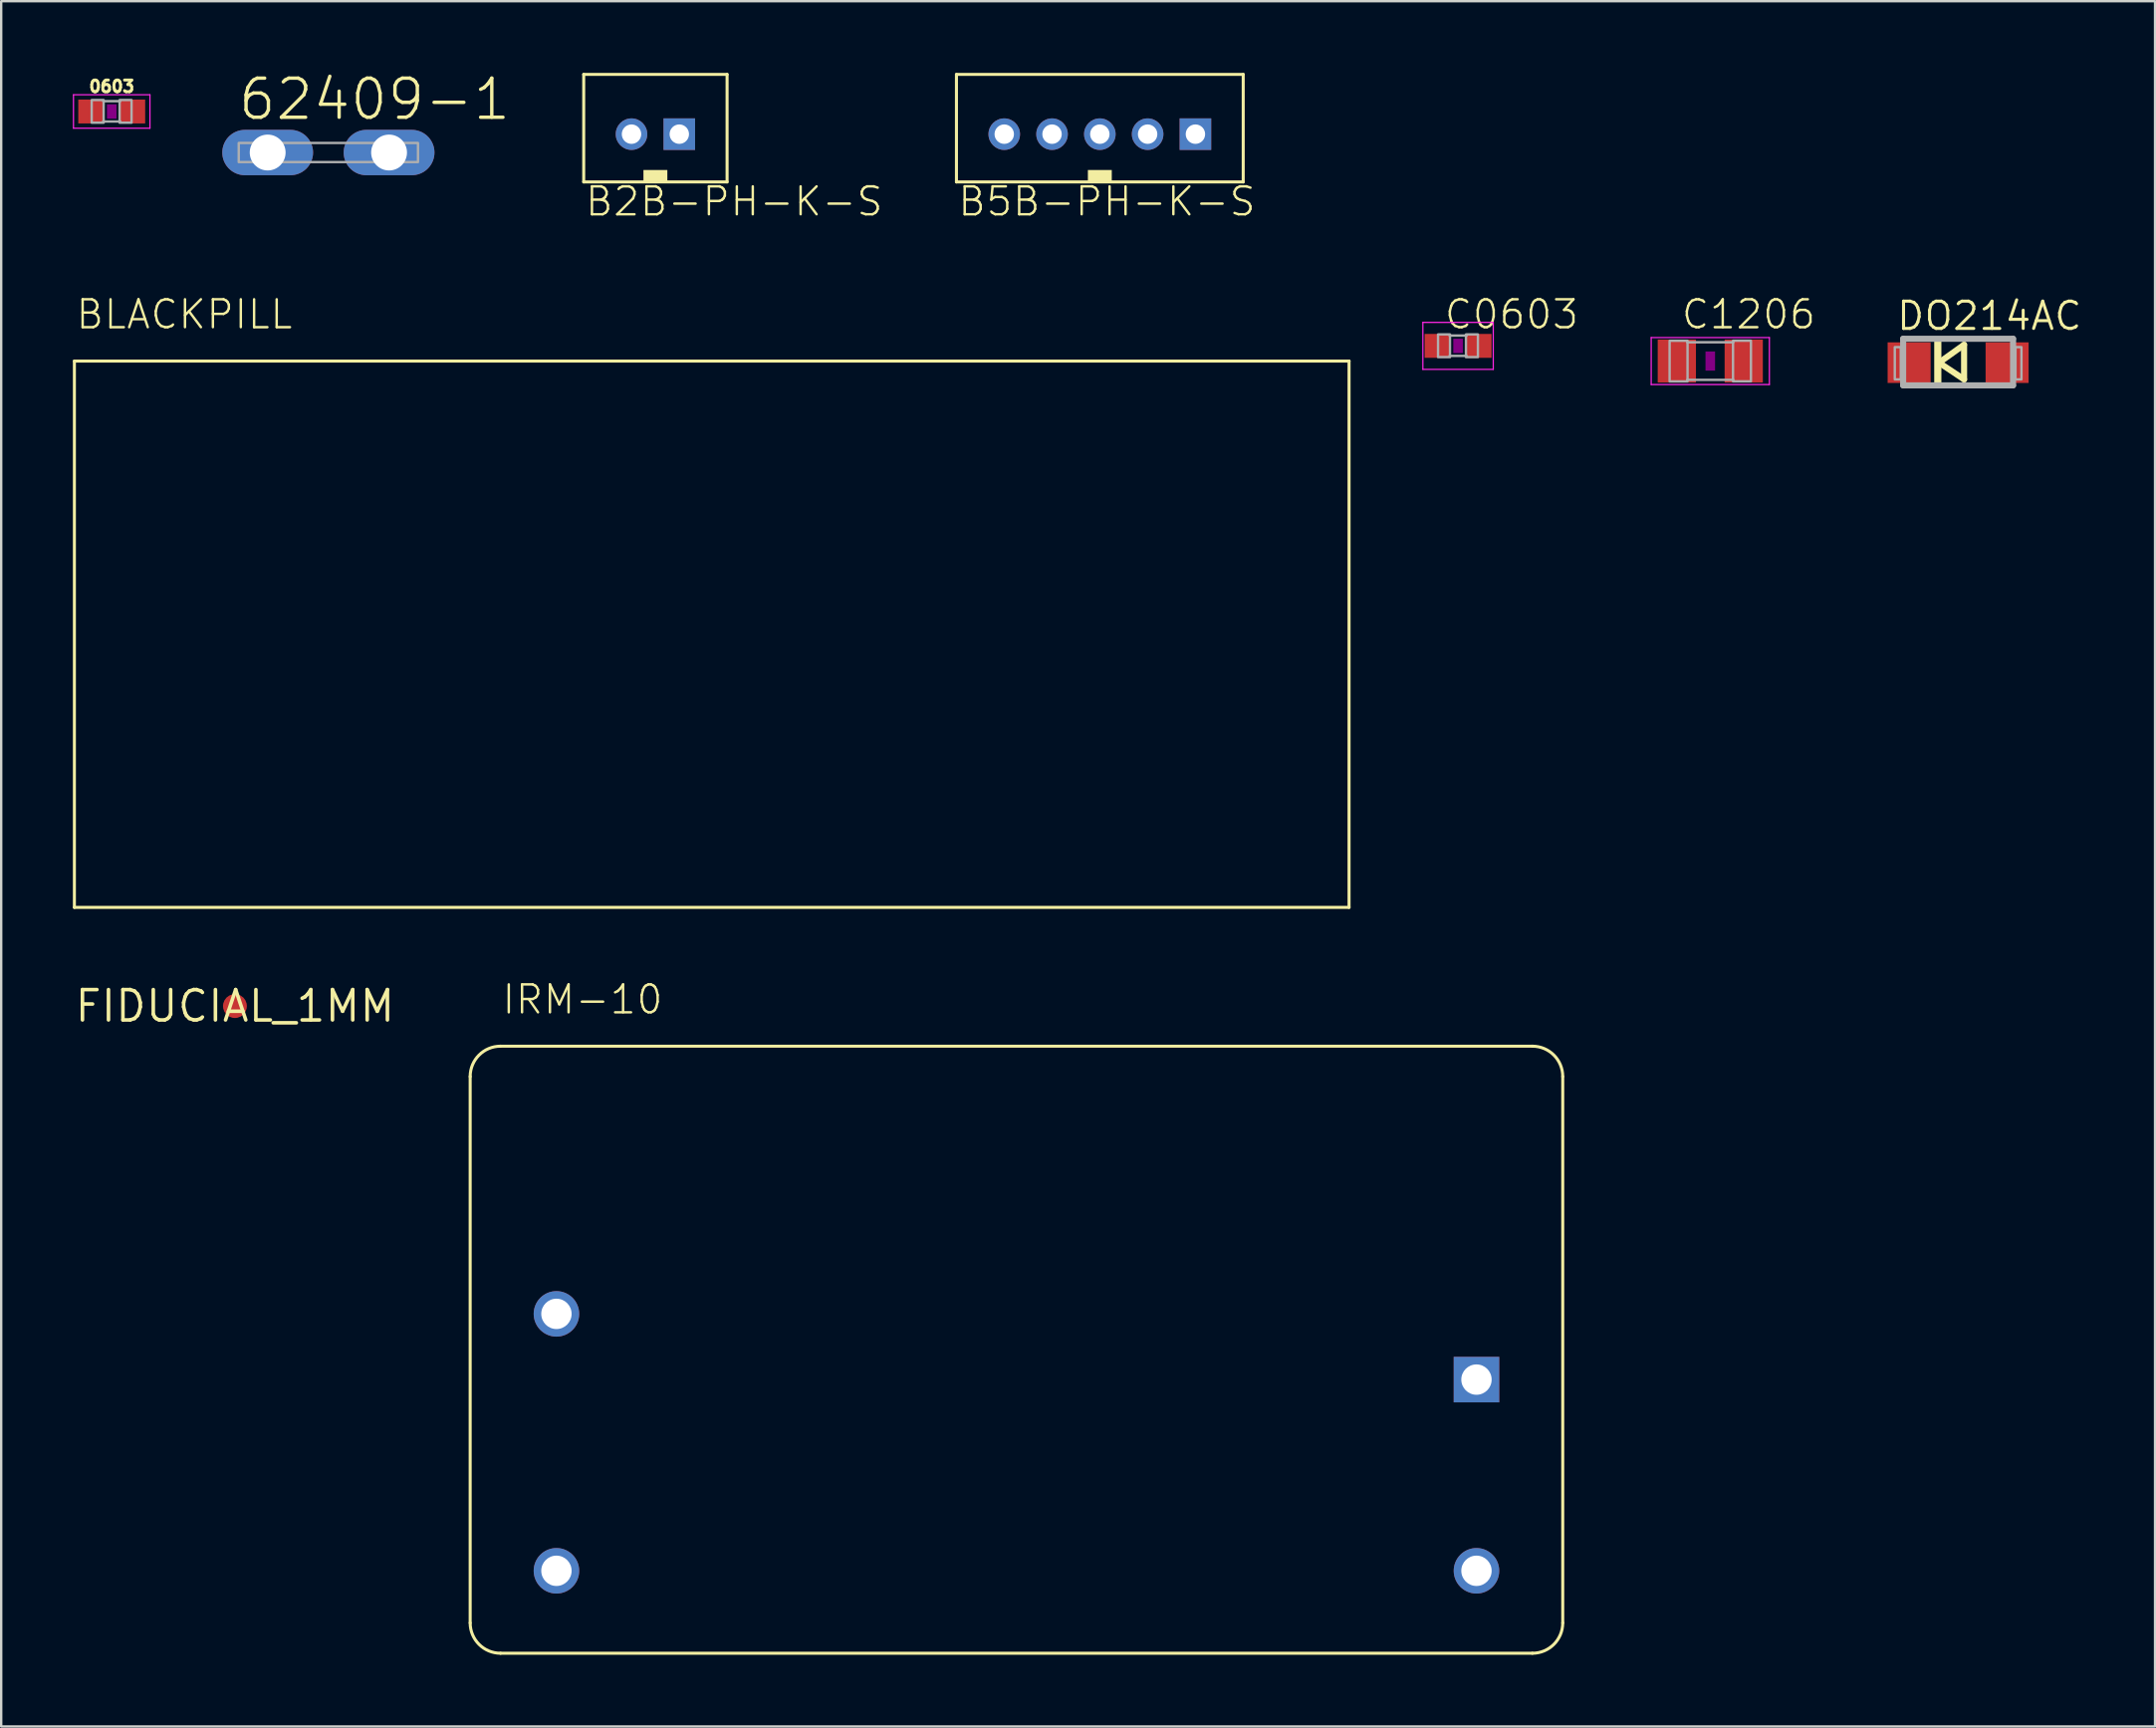
<source format=kicad_pcb>
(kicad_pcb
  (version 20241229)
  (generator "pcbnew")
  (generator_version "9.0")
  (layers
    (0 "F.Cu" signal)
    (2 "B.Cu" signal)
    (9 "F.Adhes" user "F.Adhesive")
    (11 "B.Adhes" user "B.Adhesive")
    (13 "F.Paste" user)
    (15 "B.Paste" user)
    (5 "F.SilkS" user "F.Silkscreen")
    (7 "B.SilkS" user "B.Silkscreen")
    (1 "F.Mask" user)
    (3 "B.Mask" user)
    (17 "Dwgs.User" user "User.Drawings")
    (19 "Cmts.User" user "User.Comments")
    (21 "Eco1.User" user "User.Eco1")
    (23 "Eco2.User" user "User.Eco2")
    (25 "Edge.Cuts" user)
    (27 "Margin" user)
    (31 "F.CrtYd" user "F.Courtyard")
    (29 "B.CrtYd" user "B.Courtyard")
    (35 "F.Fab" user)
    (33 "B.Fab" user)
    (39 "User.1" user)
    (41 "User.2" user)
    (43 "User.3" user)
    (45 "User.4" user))
  (footprint "BLACKPILL"
    (layer "F.Cu")
    (at 25.463 23.487)
    (property "Reference" "BLACKPILL" (at -25.4 -12.7 0) (layer "F.SilkS") (effects (font (size 1.168 1.168) (thickness 0.102)) (justify left bottom)))
    (attr through_hole)
    (fp_line (start -25.4 -11.43) (end -25.4 11.43) (stroke (width 0.127) (type solid)) (layer "F.SilkS"))
    (fp_line (start -25.4 11.43) (end 27.94 11.43) (stroke (width 0.127) (type solid)) (layer "F.SilkS"))
    (fp_line (start 27.94 -11.43) (end -25.4 -11.43) (stroke (width 0.127) (type solid)) (layer "F.SilkS"))
    (fp_line (start 27.94 11.43) (end 27.94 -11.43) (stroke (width 0.127) (type solid)) (layer "F.SilkS")))
  (footprint "DO214AC"
    (layer "F.Cu")
    (at 78.89 12.124)
    (property "Reference" "DO214AC" (at -2.64 -1.286 0) (layer "F.SilkS") (effects (font (size 1.143 1.143) (thickness 0.127)) (justify left bottom)))
    (attr smd)
    (fp_line (start -0.8 0) (end 0.25 -0.75) (stroke (width 0.254) (type solid)) (layer "F.SilkS"))
    (fp_line (start 0.25 -0.75) (end 0.25 0.7) (stroke (width 0.254) (type solid)) (layer "F.SilkS"))
    (fp_line (start 0.25 0.7) (end -0.8 0) (stroke (width 0.254) (type solid)) (layer "F.SilkS"))
    (fp_poly (pts (xy -1 1.05) (xy -0.7 1.05) (xy -0.7 -1.05) (xy -1 -1.05)) (stroke (width 0) (type default)) (fill yes) (layer "F.SilkS"))
    (fp_line (start -2.3 -1) (end 2.3 -1) (stroke (width 0.254) (type solid)) (layer "F.Fab"))
    (fp_line (start -2.3 0.95) (end -2.3 -1) (stroke (width 0.254) (type solid)) (layer "F.Fab"))
    (fp_line (start 2.3 -1) (end 2.3 0.95) (stroke (width 0.254) (type solid)) (layer "F.Fab"))
    (fp_line (start 2.3 0.95) (end -2.3 0.95) (stroke (width 0.254) (type solid)) (layer "F.Fab"))
    (fp_poly (pts (xy -2.65 0.7) (xy -2.4 0.7) (xy -2.4 -0.65) (xy -2.65 -0.65)) (stroke (width 0.1) (type default)) (fill no) (layer "F.Fab"))
    (fp_poly (pts (xy 2.4 0.7) (xy 2.65 0.7) (xy 2.65 -0.65) (xy 2.4 -0.65)) (stroke (width 0.1) (type default)) (fill no) (layer "F.Fab"))
    (pad "A" smd rect (at 2.05 0) (size 1.8 1.7) (layers "F.Cu" "F.Mask" "F.Paste"))
    (pad "C" smd rect (at -2.05 0) (size 1.8 1.7) (layers "F.Cu" "F.Mask" "F.Paste")))
  (footprint "C1206"
    (layer "F.Cu")
    (at 68.519 12.057)
    (property "Reference" "C1206" (at -1.27 -1.27 0) (layer "F.SilkS") (effects (font (size 1.168 1.168) (thickness 0.102)) (justify left bottom)))
    (attr smd)
    (fp_poly (pts (xy -0.2 0.4) (xy 0.2 0.4) (xy 0.2 -0.4) (xy -0.2 -0.4)) (stroke (width 0) (type default)) (fill yes) (layer "F.Adhes"))
    (fp_line (start -2.473 -0.983) (end 2.473 -0.983) (stroke (width 0.051) (type solid)) (layer "F.CrtYd"))
    (fp_line (start -2.473 0.983) (end -2.473 -0.983) (stroke (width 0.051) (type solid)) (layer "F.CrtYd"))
    (fp_line (start 2.473 -0.983) (end 2.473 0.983) (stroke (width 0.051) (type solid)) (layer "F.CrtYd"))
    (fp_line (start 2.473 0.983) (end -2.473 0.983) (stroke (width 0.051) (type solid)) (layer "F.CrtYd"))
    (fp_line (start -0.965 -0.787) (end 0.965 -0.787) (stroke (width 0.102) (type solid)) (layer "F.Fab"))
    (fp_line (start -0.965 0.787) (end 0.965 0.787) (stroke (width 0.102) (type solid)) (layer "F.Fab"))
    (fp_poly (pts (xy -1.702 0.851) (xy -0.952 0.851) (xy -0.952 -0.849) (xy -1.702 -0.849)) (stroke (width 0.1) (type default)) (fill no) (layer "F.Fab"))
    (fp_poly (pts (xy 0.952 0.849) (xy 1.702 0.849) (xy 1.702 -0.851) (xy 0.952 -0.851)) (stroke (width 0.1) (type default)) (fill no) (layer "F.Fab"))
    (pad "1" smd rect (at -1.4 0) (size 1.6 1.8) (layers "F.Cu" "F.Mask" "F.Paste"))
    (pad "2" smd rect (at 1.4 0) (size 1.6 1.8) (layers "F.Cu" "F.Mask" "F.Paste")))
  (footprint "C0603"
    (layer "F.Cu")
    (at 57.965 11.422)
    (property "Reference" "C0603" (at -0.635 -0.635 0) (layer "F.SilkS") (effects (font (size 1.168 1.168) (thickness 0.102)) (justify left bottom)))
    (attr smd)
    (fp_poly (pts (xy -0.2 0.3) (xy 0.2 0.3) (xy 0.2 -0.3) (xy -0.2 -0.3)) (stroke (width 0) (type default)) (fill yes) (layer "F.Adhes"))
    (fp_line (start -1.473 -0.983) (end 1.473 -0.983) (stroke (width 0.051) (type solid)) (layer "F.CrtYd"))
    (fp_line (start -1.473 0.983) (end -1.473 -0.983) (stroke (width 0.051) (type solid)) (layer "F.CrtYd"))
    (fp_line (start 1.473 -0.983) (end 1.473 0.983) (stroke (width 0.051) (type solid)) (layer "F.CrtYd"))
    (fp_line (start 1.473 0.983) (end -1.473 0.983) (stroke (width 0.051) (type solid)) (layer "F.CrtYd"))
    (fp_line (start -0.356 -0.432) (end 0.356 -0.432) (stroke (width 0.102) (type solid)) (layer "F.Fab"))
    (fp_line (start -0.356 0.419) (end 0.356 0.419) (stroke (width 0.102) (type solid)) (layer "F.Fab"))
    (fp_poly (pts (xy -0.838 0.47) (xy -0.338 0.47) (xy -0.338 -0.48) (xy -0.838 -0.48)) (stroke (width 0.1) (type default)) (fill no) (layer "F.Fab"))
    (fp_poly (pts (xy 0.33 0.47) (xy 0.83 0.47) (xy 0.83 -0.48) (xy 0.33 -0.48)) (stroke (width 0.1) (type default)) (fill no) (layer "F.Fab"))
    (pad "1" smd rect (at -0.85 0) (size 1.1 1) (layers "F.Cu" "F.Mask" "F.Paste"))
    (pad "2" smd rect (at 0.85 0) (size 1.1 1) (layers "F.Cu" "F.Mask" "F.Paste")))
  (footprint "0603"
    (layer "F.Cu")
    (at 1.625 1.615)
    (property "Reference" "0603" (at 0 -0.762 0) (layer "F.SilkS") (effects (font (size 0.488 0.488) (thickness 0.122)) (justify bottom)))
    (attr smd)
    (fp_poly (pts (xy -0.2 0.3) (xy 0.2 0.3) (xy 0.2 -0.3) (xy -0.2 -0.3)) (stroke (width 0) (type default)) (fill yes) (layer "F.Adhes"))
    (fp_line (start -1.6 -0.7) (end 1.6 -0.7) (stroke (width 0.051) (type solid)) (layer "F.CrtYd"))
    (fp_line (start -1.6 0.7) (end -1.6 -0.7) (stroke (width 0.051) (type solid)) (layer "F.CrtYd"))
    (fp_line (start 1.6 -0.7) (end 1.6 0.7) (stroke (width 0.051) (type solid)) (layer "F.CrtYd"))
    (fp_line (start 1.6 0.7) (end -1.6 0.7) (stroke (width 0.051) (type solid)) (layer "F.CrtYd"))
    (fp_line (start -0.356 -0.432) (end 0.356 -0.432) (stroke (width 0.102) (type solid)) (layer "F.Fab"))
    (fp_line (start -0.356 0.419) (end 0.356 0.419) (stroke (width 0.102) (type solid)) (layer "F.Fab"))
    (fp_poly (pts (xy -0.838 0.47) (xy -0.338 0.47) (xy -0.338 -0.48) (xy -0.838 -0.48)) (stroke (width 0.1) (type default)) (fill no) (layer "F.Fab"))
    (fp_poly (pts (xy 0.33 0.47) (xy 0.83 0.47) (xy 0.83 -0.48) (xy 0.33 -0.48)) (stroke (width 0.1) (type default)) (fill no) (layer "F.Fab"))
    (pad "1" smd rect (at -0.85 0) (size 1.1 1) (layers "F.Cu" "F.Mask" "F.Paste"))
    (pad "2" smd rect (at 0.85 0) (size 1.1 1) (layers "F.Cu" "F.Mask" "F.Paste")))
  (footprint "B2B-PH-K-S"
    (layer "F.Cu")
    (at 23.376 2.563)
    (property "Reference" "B2B-PH-K-S" (at -2 3.5 0) (layer "F.SilkS") (effects (font (size 1.168 1.168) (thickness 0.102)) (justify left bottom)))
    (attr through_hole)
    (fp_line (start -2 -2.5) (end 4 -2.5) (stroke (width 0.127) (type solid)) (layer "F.SilkS"))
    (fp_line (start -2 2) (end -2 -2.5) (stroke (width 0.127) (type solid)) (layer "F.SilkS"))
    (fp_line (start -2 2) (end 4 2) (stroke (width 0.127) (type solid)) (layer "F.SilkS"))
    (fp_line (start 4 2) (end 4 -2.5) (stroke (width 0.127) (type solid)) (layer "F.SilkS"))
    (fp_poly (pts (xy 0.5 2) (xy 1.5 2) (xy 1.5 1.5) (xy 0.5 1.5)) (stroke (width 0) (type default)) (fill yes) (layer "F.SilkS"))
    (pad "1" thru_hole rect (at 2 0) (size 1.321 1.321) (drill 0.813) (layers "*.Cu" "*.Mask"))
    (pad "2" thru_hole circle (at 0 0) (size 1.321 1.321) (drill 0.813) (layers "*.Cu" "*.Mask")))
  (footprint "B5B-PH-K-S"
    (layer "F.Cu")
    (at 42.974 2.563)
    (property "Reference" "B5B-PH-K-S" (at -6 3.5 0) (layer "F.SilkS") (effects (font (size 1.168 1.168) (thickness 0.102)) (justify left bottom)))
    (attr through_hole)
    (fp_line (start -6 -2.5) (end 6 -2.5) (stroke (width 0.127) (type solid)) (layer "F.SilkS"))
    (fp_line (start -6 2) (end -6 -2.5) (stroke (width 0.127) (type solid)) (layer "F.SilkS"))
    (fp_line (start -6 2) (end 6 2) (stroke (width 0.127) (type solid)) (layer "F.SilkS"))
    (fp_line (start 6 2) (end 6 -2.5) (stroke (width 0.127) (type solid)) (layer "F.SilkS"))
    (fp_poly (pts (xy -0.5 2) (xy 0.5 2) (xy 0.5 1.5) (xy -0.5 1.5)) (stroke (width 0) (type default)) (fill yes) (layer "F.SilkS"))
    (pad "1" thru_hole rect (at 4 0) (size 1.321 1.321) (drill 0.813) (layers "*.Cu" "*.Mask"))
    (pad "2" thru_hole circle (at 2 0) (size 1.321 1.321) (drill 0.813) (layers "*.Cu" "*.Mask"))
    (pad "3" thru_hole circle (at 0 0) (size 1.321 1.321) (drill 0.813) (layers "*.Cu" "*.Mask"))
    (pad "4" thru_hole circle (at -2 0) (size 1.321 1.321) (drill 0.813) (layers "*.Cu" "*.Mask"))
    (pad "5" thru_hole circle (at -4 0) (size 1.321 1.321) (drill 0.813) (layers "*.Cu" "*.Mask")))
  (footprint "IRM-10"
    (layer "F.Cu")
    (at 39.485 53.424)
    (property "Reference" "IRM-10" (at -21.59 -13.97 0) (layer "F.SilkS") (effects (font (size 1.168 1.168) (thickness 0.102)) (justify left bottom)))
    (attr through_hole)
    (fp_line (start -22.86 -11.43) (end -22.86 11.43) (stroke (width 0.127) (type solid)) (layer "F.SilkS"))
    (fp_line (start -21.59 12.7) (end 21.59 12.7) (stroke (width 0.127) (type solid)) (layer "F.SilkS"))
    (fp_line (start 21.59 -12.7) (end -21.59 -12.7) (stroke (width 0.127) (type solid)) (layer "F.SilkS"))
    (fp_line (start 22.86 11.43) (end 22.86 -11.43) (stroke (width 0.127) (type solid)) (layer "F.SilkS"))
    (fp_arc (start -22.86 -11.43) (mid -22.488026 -12.328026) (end -21.59 -12.7) (stroke (width 0.127) (type solid)) (layer "F.SilkS"))
    (fp_arc (start -21.59 12.7) (mid -22.488026 12.328026) (end -22.86 11.43) (stroke (width 0.127) (type solid)) (layer "F.SilkS"))
    (fp_arc (start 21.59 -12.7) (mid 22.488026 -12.328026) (end 22.86 -11.43) (stroke (width 0.127) (type solid)) (layer "F.SilkS"))
    (fp_arc (start 22.86 11.43) (mid 22.488026 12.328026) (end 21.59 12.7) (stroke (width 0.127) (type solid)) (layer "F.SilkS"))
    (pad "+V" thru_hole rect (at 19.25 1.25) (size 1.905 1.905) (drill 1.27) (layers "*.Cu" "*.Mask"))
    (pad "-V" thru_hole circle (at 19.25 9.25) (size 1.905 1.905) (drill 1.27) (layers "*.Cu" "*.Mask"))
    (pad "AC/L" thru_hole circle (at -19.25 9.25) (size 1.905 1.905) (drill 1.27) (layers "*.Cu" "*.Mask"))
    (pad "AC/N" thru_hole circle (at -19.25 -1.5) (size 1.905 1.905) (drill 1.27) (layers "*.Cu" "*.Mask")))
  (footprint "62409-1"
    (layer "F.Cu")
    (at 10.691 3.332)
    (property "Reference" "62409-1" (at -3.85 -1.27 0) (layer "F.SilkS") (effects (font (size 1.636 1.636) (thickness 0.142)) (justify left bottom)))
    (attr through_hole)
    (fp_poly (pts (xy -3.75 0.4) (xy 3.75 0.4) (xy 3.75 -0.4) (xy -3.75 -0.4)) (stroke (width 0.1) (type default)) (fill no) (layer "F.Fab"))
    (pad "A1" thru_hole oval (at -2.54 0) (size 3.8 1.9) (drill 1.5) (layers "*.Cu" "*.Mask"))
    (pad "A2" thru_hole oval (at 2.54 0) (size 3.8 1.9) (drill 1.5) (layers "*.Cu" "*.Mask")))
  (footprint "FIDUCIAL_1MM"
    (layer "F.Cu")
    (at 6.781 39.045)
    (property "Reference" "FIDUCIAL_1MM" (at 0 0 0) (layer "F.SilkS") (effects (font (size 1.27 1.27) (thickness 0.15))))
    (attr smd)
    (fp_poly (pts (xy 0.404 -0.984) (xy 0.591 -0.885) (xy 0.752 -0.752) (xy 0.885 -0.591) (xy 0.983 -0.407) (xy 1.043 -0.208) (xy 1.064 0.003) (xy 0.984 0.404) (xy 0.885 0.591) (xy 0.752 0.752) (xy 0.591 0.885) (xy 0.407 0.983) (xy 0.208 1.043) (xy -0.003 1.064) (xy -0.404 0.984) (xy -0.591 0.885) (xy -0.752 0.752) (xy -0.885 0.591) (xy -0.983 0.407) (xy -1.043 0.208) (xy -1.064 -0.003) (xy -0.984 -0.404) (xy -0.885 -0.591) (xy -0.752 -0.752) (xy -0.591 -0.885) (xy -0.407 -0.983) (xy -0.208 -1.043) (xy 0.003 -1.064)) (stroke (width 0) (type default)) (fill yes) (layer "F.Mask"))
    (pad "1" smd roundrect (at 0 0) (size 1 1) (layers "F.Cu") (roundrect_rratio 0.5))
    (zone (net_name "") (layer "F.Cu") (hatch edge 0.5) (connect_pads) (min_thickness 0.25) (filled_areas_thickness no) (keepout (tracks not_allowed) (vias not_allowed) (pads not_allowed) (copperpour not_allowed) (footprints allowed)) (placement (enabled no)) (fill) (polygon (pts (xy 5.781 39.045) (xy 5.8 39.24) (xy 5.857 39.427) (xy 5.949 39.6) (xy 6.074 39.752) (xy 6.225 39.876) (xy 6.398 39.969) (xy 6.781 40.045) (xy 6.976 40.026) (xy 7.163 39.969) (xy 7.336 39.876) (xy 7.488 39.752) (xy 7.612 39.6) (xy 7.704 39.427) (xy 7.781 39.045) (xy 7.761 38.85) (xy 7.704 38.662) (xy 7.612 38.489) (xy 7.488 38.338) (xy 7.336 38.213) (xy 7.163 38.121) (xy 6.781 38.045) (xy 6.586 38.064) (xy 6.398 38.121) (xy 6.225 38.213) (xy 6.074 38.338) (xy 5.949 38.489) (xy 5.857 38.662)))))
  (gr_rect
    (start -3 -3)
    (end 87.131 69.187)
    (stroke (width 0.1) (type default))
    (fill no)
    (layer "Edge.Cuts")))
</source>
